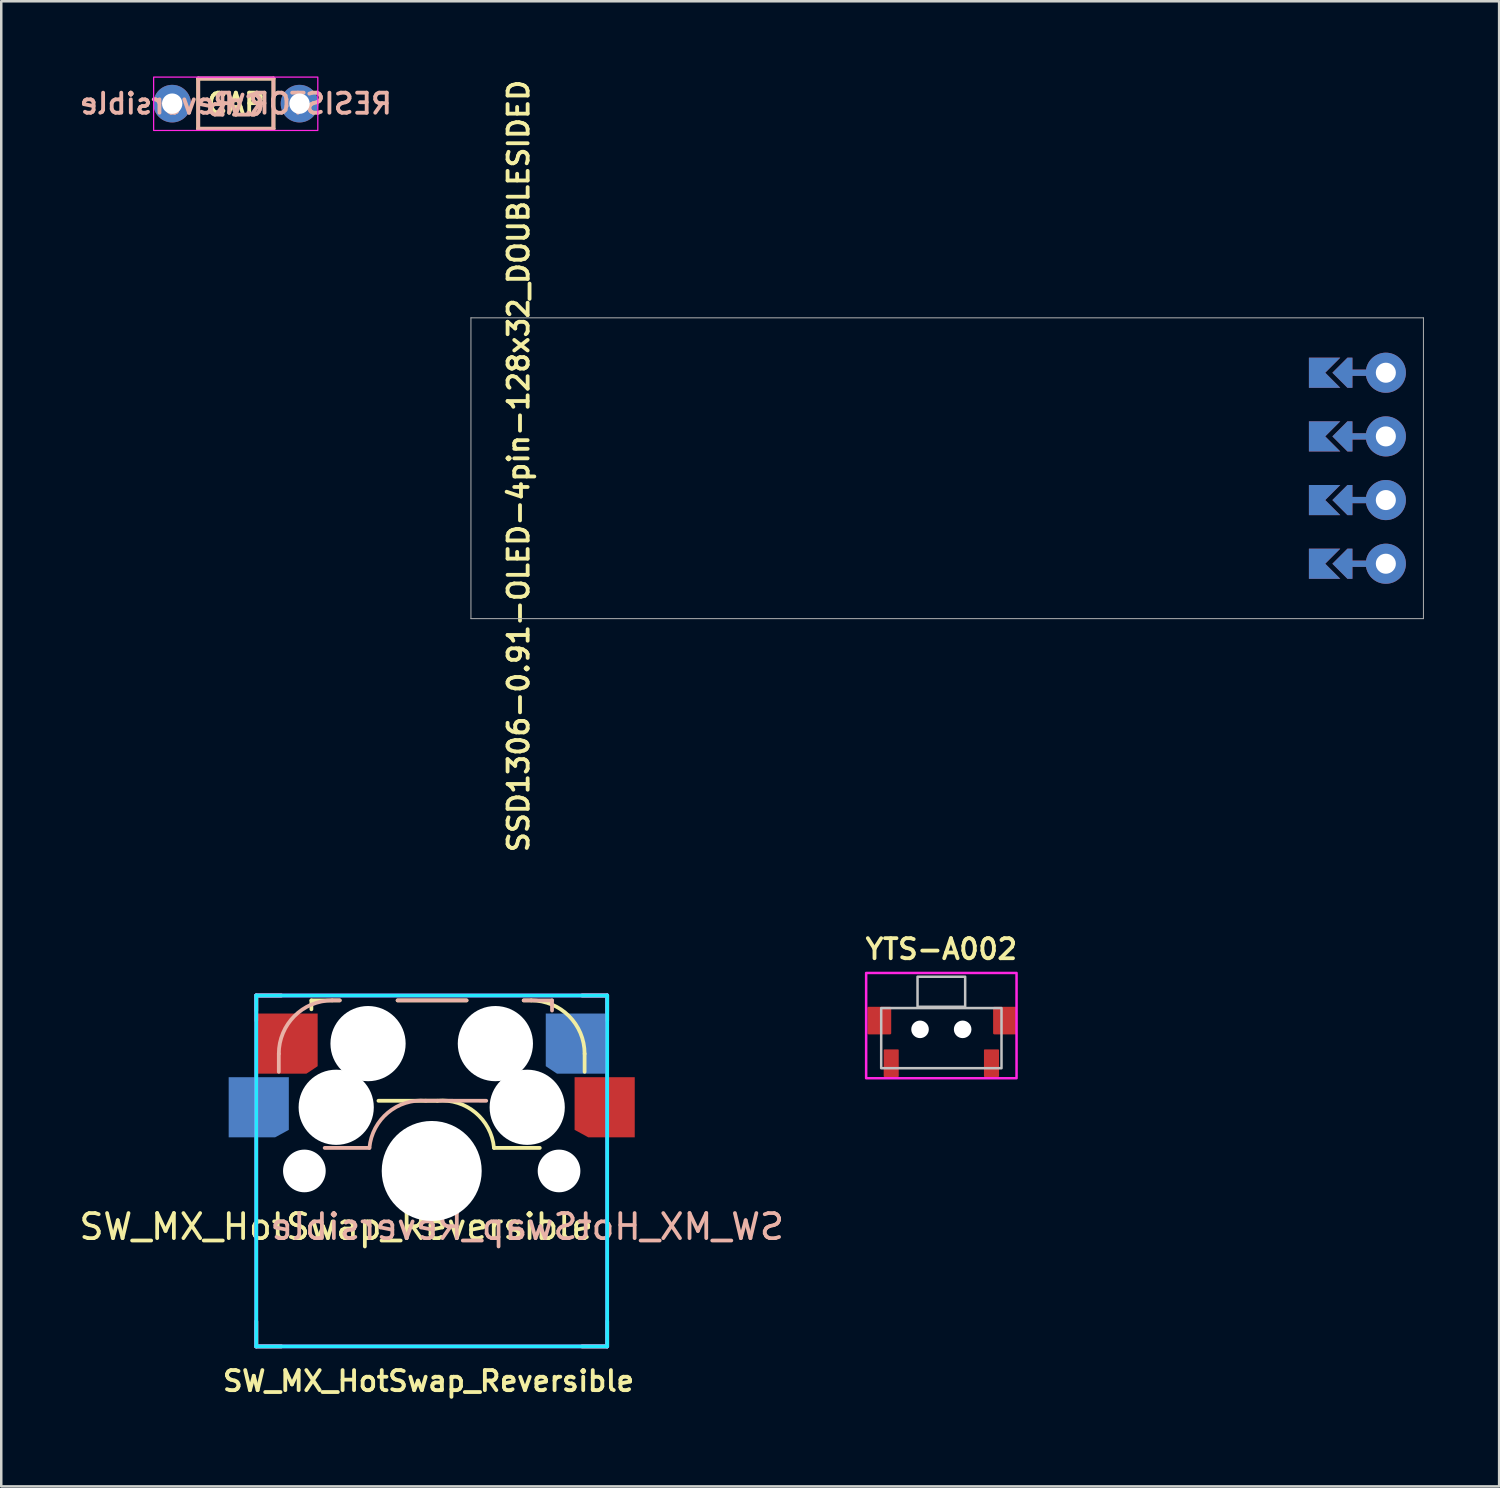
<source format=kicad_pcb>
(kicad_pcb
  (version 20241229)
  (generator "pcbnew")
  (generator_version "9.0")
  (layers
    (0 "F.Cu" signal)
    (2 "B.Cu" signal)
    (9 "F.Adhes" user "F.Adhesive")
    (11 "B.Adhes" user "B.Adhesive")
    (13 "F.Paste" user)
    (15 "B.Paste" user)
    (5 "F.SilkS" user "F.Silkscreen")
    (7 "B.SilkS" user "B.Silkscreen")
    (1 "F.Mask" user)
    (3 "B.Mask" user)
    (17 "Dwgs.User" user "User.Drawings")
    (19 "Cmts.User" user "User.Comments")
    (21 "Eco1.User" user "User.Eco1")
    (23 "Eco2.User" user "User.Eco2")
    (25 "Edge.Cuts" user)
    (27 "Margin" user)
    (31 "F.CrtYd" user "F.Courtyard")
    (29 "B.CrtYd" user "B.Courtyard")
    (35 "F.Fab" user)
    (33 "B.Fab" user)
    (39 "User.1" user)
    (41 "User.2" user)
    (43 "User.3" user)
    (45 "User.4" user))
  (footprint "SW_MX_HotSwap_Reversible"
    (layer "F.Cu")
    (at 14.173 43.665)
    (property "Reference" "SW_MX_HotSwap_Reversible" (at -0.127 8.382 0) (unlocked yes) (layer "F.SilkS") (effects (font (size 0.8 0.8) (thickness 0.153))))
    (attr smd)
    (fp_line (start -7 -7) (end -6 -7) (stroke (width 0.15) (type solid)) (layer "F.SilkS"))
    (fp_line (start -7 -6.4) (end -7 -7) (stroke (width 0.15) (type solid)) (layer "F.SilkS"))
    (fp_line (start -7 7) (end -7 6) (stroke (width 0.15) (type solid)) (layer "F.SilkS"))
    (fp_line (start -6 7) (end -7 7) (stroke (width 0.15) (type solid)) (layer "F.SilkS"))
    (fp_line (start -4.8 -6.45) (end -4.8 -6.804) (stroke (width 0.15) (type solid)) (layer "F.SilkS"))
    (fp_line (start -3.67 -6.804) (end -4.8 -6.804) (stroke (width 0.15) (type solid)) (layer "F.SilkS"))
    (fp_line (start -2.125 -2.8) (end 0.225 -2.8) (stroke (width 0.15) (type solid)) (layer "F.SilkS"))
    (fp_line (start -1.36 -6.804) (end 1.39 -6.804) (stroke (width 0.15) (type solid)) (layer "F.SilkS"))
    (fp_line (start 3.97 -6.804) (end 3.67 -6.804) (stroke (width 0.15) (type solid)) (layer "F.SilkS"))
    (fp_line (start 4.312 -0.92) (end 2.487 -0.92) (stroke (width 0.15) (type solid)) (layer "F.SilkS"))
    (fp_line (start 6 -7) (end 7 -7) (stroke (width 0.15) (type solid)) (layer "F.SilkS"))
    (fp_line (start 6.1 -4.674) (end 6.1 -3.954) (stroke (width 0.15) (type solid)) (layer "F.SilkS"))
    (fp_line (start 7 -7) (end 7 -6) (stroke (width 0.15) (type solid)) (layer "F.SilkS"))
    (fp_line (start 7 6) (end 7 7) (stroke (width 0.15) (type solid)) (layer "F.SilkS"))
    (fp_line (start 7 7) (end 6 7) (stroke (width 0.15) (type solid)) (layer "F.SilkS"))
    (fp_arc (start 0.225 -2.8) (mid 1.74436 -2.328062) (end 2.485001 -0.920001) (stroke (width 0.15) (type solid)) (layer "F.SilkS"))
    (fp_arc (start 3.97 -6.804) (mid 5.476137 -6.180137) (end 6.1 -4.674) (stroke (width 0.15) (type solid)) (layer "F.SilkS"))
    (fp_line (start -7 -7) (end -6 -7) (stroke (width 0.15) (type solid)) (layer "B.SilkS"))
    (fp_line (start -7 -6) (end -7 -7) (stroke (width 0.15) (type solid)) (layer "B.SilkS"))
    (fp_line (start -7 7) (end -7 6) (stroke (width 0.15) (type solid)) (layer "B.SilkS"))
    (fp_line (start -6.1 -4.674) (end -6.1 -3.954) (stroke (width 0.15) (type solid)) (layer "B.SilkS"))
    (fp_line (start -6 7) (end -7 7) (stroke (width 0.15) (type solid)) (layer "B.SilkS"))
    (fp_line (start -4.27 -0.92) (end -2.485 -0.92) (stroke (width 0.15) (type solid)) (layer "B.SilkS"))
    (fp_line (start -3.97 -6.804) (end -3.67 -6.804) (stroke (width 0.15) (type solid)) (layer "B.SilkS"))
    (fp_line (start 1.39 -6.804) (end -1.36 -6.804) (stroke (width 0.15) (type solid)) (layer "B.SilkS"))
    (fp_line (start 2.175 -2.8) (end -0.25 -2.804) (stroke (width 0.15) (type solid)) (layer "B.SilkS"))
    (fp_line (start 3.67 -6.804) (end 4.8 -6.804) (stroke (width 0.15) (type solid)) (layer "B.SilkS"))
    (fp_line (start 4.8 -6.4) (end 4.8 -6.804) (stroke (width 0.15) (type solid)) (layer "B.SilkS"))
    (fp_line (start 6 -7) (end 7 -7) (stroke (width 0.15) (type solid)) (layer "B.SilkS"))
    (fp_line (start 7 -7) (end 7 -6.375) (stroke (width 0.15) (type solid)) (layer "B.SilkS"))
    (fp_line (start 7 6) (end 7 7) (stroke (width 0.15) (type solid)) (layer "B.SilkS"))
    (fp_line (start 7 7) (end 6 7) (stroke (width 0.15) (type solid)) (layer "B.SilkS"))
    (fp_arc (start -6.1 -4.674) (mid -5.476137 -6.180137) (end -3.97 -6.804) (stroke (width 0.15) (type solid)) (layer "B.SilkS"))
    (fp_arc (start -2.484999 -0.920001) (mid -1.74436 -2.328062) (end -0.225 -2.8) (stroke (width 0.15) (type solid)) (layer "B.SilkS"))
    (fp_line (start -9.525 -9.525) (end 9.525 -9.525) (stroke (width 0.12) (type solid)) (layer "Eco1.User"))
    (fp_line (start -9.525 9.525) (end -9.525 -9.525) (stroke (width 0.12) (type solid)) (layer "Eco1.User"))
    (fp_line (start -7 7) (end -7 -7) (stroke (width 0.1) (type solid)) (layer "Eco1.User"))
    (fp_line (start -1.75 6.83) (end -1.75 3.33) (stroke (width 0.12) (type solid)) (layer "Eco1.User"))
    (fp_line (start -0.8 4.25) (end 0.8 4.25) (stroke (width 0.12) (type solid)) (layer "Eco1.User"))
    (fp_line (start -0.8 5.85) (end -0.8 4.25) (stroke (width 0.12) (type solid)) (layer "Eco1.User"))
    (fp_line (start 0.8 4.25) (end 0.8 5.85) (stroke (width 0.12) (type solid)) (layer "Eco1.User"))
    (fp_line (start 0.8 5.85) (end -0.8 5.85) (stroke (width 0.12) (type solid)) (layer "Eco1.User"))
    (fp_line (start 1.75 3.33) (end -1.75 3.33) (stroke (width 0.12) (type solid)) (layer "Eco1.User"))
    (fp_line (start 1.75 3.33) (end 1.75 6.83) (stroke (width 0.12) (type solid)) (layer "Eco1.User"))
    (fp_line (start 1.75 6.83) (end -1.75 6.83) (stroke (width 0.12) (type solid)) (layer "Eco1.User"))
    (fp_line (start 7 -7) (end -7 -7) (stroke (width 0.1) (type solid)) (layer "Eco1.User"))
    (fp_line (start 7 7) (end -7 7) (stroke (width 0.1) (type solid)) (layer "Eco1.User"))
    (fp_line (start 7 7) (end 7 -7) (stroke (width 0.1) (type solid)) (layer "Eco1.User"))
    (fp_line (start 9.525 -9.525) (end 9.525 9.525) (stroke (width 0.12) (type solid)) (layer "Eco1.User"))
    (fp_line (start 9.525 9.525) (end -9.525 9.525) (stroke (width 0.12) (type solid)) (layer "Eco1.User"))
    (fp_line (start -7 -7) (end 7 -7) (stroke (width 0.15) (type solid)) (layer "B.CrtYd"))
    (fp_line (start -7 7) (end -7 -7) (stroke (width 0.15) (type solid)) (layer "B.CrtYd"))
    (fp_line (start 7 -7) (end 7 7) (stroke (width 0.15) (type solid)) (layer "B.CrtYd"))
    (fp_line (start 7 7) (end -7 7) (stroke (width 0.15) (type solid)) (layer "B.CrtYd"))
    (fp_line (start -7 -7) (end 7 -7) (stroke (width 0.15) (type solid)) (layer "F.CrtYd"))
    (fp_line (start -7 7) (end -7 -7) (stroke (width 0.15) (type solid)) (layer "F.CrtYd"))
    (fp_line (start 7 -7) (end 7 7) (stroke (width 0.15) (type solid)) (layer "F.CrtYd"))
    (fp_line (start 7 7) (end -7 7) (stroke (width 0.15) (type solid)) (layer "F.CrtYd"))
    (fp_text user "${REFERENCE}" (at -3.81 2.225 0) (layer "F.SilkS") (effects (font (size 1 1) (thickness 0.15))))
    (fp_text user "${REFERENCE}" (at 3.81 2.225 0) (layer "B.SilkS") (effects (font (size 1 1) (thickness 0.15)) (justify mirror)))
    (pad "" np_thru_hole circle (at -5.08 0 180) (size 1.702 1.702) (drill 1.702) (layers "*.Cu"))
    (pad "" np_thru_hole circle (at -3.81 -2.54 153.5) (size 3 3) (drill 3) (layers "*.Cu"))
    (pad "" np_thru_hole circle (at -2.54 -5.08 206.5) (size 3 3) (drill 3) (layers "*.Cu"))
    (pad "" np_thru_hole circle (at 0 0 180) (size 3.988 3.988) (drill 3.988) (layers "*.Cu"))
    (pad "" np_thru_hole circle (at 2.54 -5.08 206.5) (size 3 3) (drill 3) (layers "*.Cu"))
    (pad "" np_thru_hole circle (at 3.81 -2.54 206.5) (size 3 3) (drill 3) (layers "*.Cu"))
    (pad "" np_thru_hole circle (at 5.08 0 180) (size 1.702 1.702) (drill 1.702) (layers "*.Cu"))
    (pad "1" smd custom (at -6.9 -2.54 180) (size 2 2) (layers "B.Cu" "B.Mask" "B.Paste") (options (anchor rect)) (primitives (gr_poly (pts (xy 1.2 1.2) (xy -1.2 1.2) (xy -1.2 -0.9) (xy -0.65 -1.2) (xy 1.2 -1.2)) (width 0) (fill yes))))
    (pad "1" smd custom (at -5.75 -5.08 180) (size 2 2) (layers "F.Cu" "F.Mask" "F.Paste") (options (anchor rect)) (primitives (gr_poly (pts (xy 1.2 1.2) (xy -1.2 1.2) (xy -1.2 -0.9) (xy -0.75 -1.2) (xy 1.2 -1.2)) (width 0) (fill yes))))
    (pad "2" smd custom (at 5.75 -5.08 180) (size 2 2) (layers "B.Cu" "B.Mask" "B.Paste") (options (anchor rect)) (primitives (gr_poly (pts (xy 1.2 1.2) (xy 1.2 -0.9) (xy 0.75 -1.2) (xy -1.2 -1.2) (xy -1.2 1.2)) (width 0) (fill yes))))
    (pad "2" smd custom (at 6.9 -2.54 180) (size 2 2) (layers "F.Cu" "F.Mask" "F.Paste") (options (anchor rect)) (primitives (gr_poly (pts (xy 1.2 1.2) (xy 1.2 -0.9) (xy 0.65 -1.2) (xy -1.2 -1.2) (xy -1.2 1.2)) (width 0) (fill yes)))))
  (footprint "RESISTOR_Reversible"
    (layer "F.Cu")
    (at 6.359 1.085)
    (property "Reference" "RESISTOR_Reversible" (at 0 0 0) (unlocked yes) (layer "B.SilkS") (effects (font (size 0.8 0.8) (thickness 0.153)) (justify mirror)))
    (attr through_hole dnp)
    (fp_line (start -1.501 -1.001) (end -1.501 1.001) (stroke (width 0.15) (type solid)) (layer "F.SilkS"))
    (fp_line (start -1.501 1.001) (end 1.501 1.001) (stroke (width 0.15) (type solid)) (layer "F.SilkS"))
    (fp_line (start 1.501 -1.001) (end -1.501 -1.001) (stroke (width 0.15) (type solid)) (layer "F.SilkS"))
    (fp_line (start 1.501 1.001) (end 1.501 -1.001) (stroke (width 0.15) (type solid)) (layer "F.SilkS"))
    (fp_line (start -1.5 -1) (end 1.5 -1) (stroke (width 0.15) (type solid)) (layer "B.SilkS"))
    (fp_line (start -1.5 1) (end -1.5 -1) (stroke (width 0.15) (type solid)) (layer "B.SilkS"))
    (fp_line (start 1.5 -1) (end 1.5 1) (stroke (width 0.15) (type solid)) (layer "B.SilkS"))
    (fp_line (start 1.5 1) (end -1.5 1) (stroke (width 0.15) (type solid)) (layer "B.SilkS"))
    (fp_poly (pts (xy 3.27 1.07) (xy -3.28 1.07) (xy -3.28 -1.06) (xy 3.27 -1.06)) (stroke (width 0.05) (type default)) (fill no) (layer "F.CrtYd"))
    (fp_text user "CAP" (at 0 0 180) (layer "F.SilkS") (effects (font (size 0.8 0.8) (thickness 0.153))))
    (fp_text user "CAP" (at 0 0 180) (unlocked yes) (layer "B.SilkS") (effects (font (size 0.8 0.8) (thickness 0.153))))
    (pad "1" thru_hole circle (at -2.54 0) (size 1.5 1.5) (drill 0.813) (layers "*.Cu" "*.Mask"))
    (pad "2" thru_hole circle (at 2.54 0) (size 1.5 1.5) (drill 0.813) (layers "*.Cu" "*.Mask")))
  (footprint "YTS-A002"
    (layer "F.Cu")
    (at 34.505 38.016)
    (property "Reference" "YTS-A002" (at 0 -3.2 0) (unlocked yes) (layer "F.SilkS") (effects (font (size 0.8 0.8) (thickness 0.153))))
    (attr smd)
    (fp_rect (start -2.4 -0.85) (end 2.4 1.55) (stroke (width 0.1) (type solid)) (fill no) (layer "Dwgs.User"))
    (fp_rect (start -0.95 -2.1) (end 0.95 -0.9) (stroke (width 0.1) (type solid)) (fill no) (layer "Dwgs.User"))
    (fp_rect (start -3 -2.25) (end 3 1.95) (stroke (width 0.1) (type solid)) (fill no) (layer "F.CrtYd"))
    (pad "" np_thru_hole circle (at -0.85 0) (size 0.7 0.7) (drill 0.7) (layers "*.Cu" "*.Mask"))
    (pad "" np_thru_hole circle (at 0.85 0) (size 0.7 0.7) (drill 0.7) (layers "*.Cu" "*.Mask"))
    (pad "1" smd roundrect (at -2 1.35) (size 0.6 1.1) (layers "F.Cu" "F.Mask" "F.Paste") (roundrect_rratio 0.05))
    (pad "2" smd roundrect (at 2 1.35) (size 0.6 1.1) (layers "F.Cu" "F.Mask" "F.Paste") (roundrect_rratio 0.05))
    (pad "3" smd roundrect (at -2.475 -0.35) (size 0.95 1.1) (layers "F.Cu" "F.Mask" "F.Paste") (roundrect_rratio 0.05))
    (pad "3" smd roundrect (at 2.54 -0.35) (size 0.95 1.1) (layers "F.Cu" "F.Mask" "F.Paste") (roundrect_rratio 0.05)))
  (footprint "SSD1306-0.91-OLED-4pin-128x32_DOUBLESIDED"
    (layer "F.Cu")
    (at 33.738 15.63)
    (property "Reference" "SSD1306-0.91-OLED-4pin-128x32_DOUBLESIDED" (at -16.1 -0.09 90) (unlocked yes) (layer "F.SilkS") (effects (font (size 0.8 0.8) (thickness 0.153))))
    (attr dnp)
    (fp_line (start -16 -6) (end -16 6) (stroke (width 0.1) (type solid)) (layer "Eco1.User"))
    (fp_line (start -13 -6) (end -13 6) (stroke (width 0.1) (type solid)) (layer "Eco1.User"))
    (fp_line (start 14 -6) (end -16 -6) (stroke (width 0.1) (type solid)) (layer "Eco1.User"))
    (fp_line (start 14 -6) (end 14 6) (stroke (width 0.1) (type solid)) (layer "Eco1.User"))
    (fp_line (start 14 6) (end -16 6) (stroke (width 0.1) (type solid)) (layer "Eco1.User"))
    (fp_line (start -13 -6) (end 14 -6) (stroke (width 0.1) (type solid)) (layer "Eco2.User"))
    (fp_line (start 14 -6) (end 14 6) (stroke (width 0.1) (type solid)) (layer "Eco2.User"))
    (fp_line (start 14 6) (end -13 6) (stroke (width 0.1) (type solid)) (layer "Eco2.User"))
    (fp_line (start -18 -6) (end -18 6) (stroke (width 0.04) (type solid)) (layer "F.Fab"))
    (fp_line (start -18 6) (end 20 6) (stroke (width 0.04) (type solid)) (layer "F.Fab"))
    (fp_line (start 20 -6) (end -18 -6) (stroke (width 0.04) (type solid)) (layer "F.Fab"))
    (fp_line (start 20 6) (end 20 -6) (stroke (width 0.04) (type solid)) (layer "F.Fab"))
    (pad "1" smd custom (at 15.681 -3.81 270) (size 1.2 0.5) (layers "B.Cu" "B.Mask") (options (anchor rect)) (primitives (gr_poly (pts (xy 0.6 0) (xy -0.6 0) (xy -0.6 -1) (xy 0 -0.4) (xy 0.6 -1)) (width 0) (fill yes))))
    (pad "1" smd custom (at 15.681 3.81 270) (size 1.2 0.5) (layers "F.Cu" "F.Mask") (options (anchor rect)) (primitives (gr_poly (pts (xy -0.6 0) (xy 0.6 0) (xy 0.6 -1) (xy 0 -0.4) (xy -0.6 -1)) (width 0) (fill yes))))
    (pad "2" smd custom (at 15.681 -1.27 270) (size 1.2 0.5) (layers "B.Cu" "B.Mask") (options (anchor rect)) (primitives (gr_poly (pts (xy 0.6 0) (xy -0.6 0) (xy -0.6 -1) (xy 0 -0.4) (xy 0.6 -1)) (width 0) (fill yes))))
    (pad "2" smd custom (at 15.681 1.27 270) (size 1.2 0.5) (layers "F.Cu" "F.Mask") (options (anchor rect)) (primitives (gr_poly (pts (xy -0.6 0) (xy 0.6 0) (xy 0.6 -1) (xy 0 -0.4) (xy -0.6 -1)) (width 0) (fill yes))))
    (pad "3" smd custom (at 15.681 -1.27 270) (size 1.2 0.5) (layers "F.Cu" "F.Mask") (options (anchor rect)) (primitives (gr_poly (pts (xy -0.6 0) (xy 0.6 0) (xy 0.6 -1) (xy 0 -0.4) (xy -0.6 -1)) (width 0) (fill yes))))
    (pad "3" smd custom (at 15.681 1.27 270) (size 1.2 0.5) (layers "B.Cu" "B.Mask") (options (anchor rect)) (primitives (gr_poly (pts (xy 0.6 0) (xy -0.6 0) (xy -0.6 -1) (xy 0 -0.4) (xy 0.6 -1)) (width 0) (fill yes))))
    (pad "4" smd custom (at 15.681 -3.81 270) (size 1.2 0.5) (layers "F.Cu" "F.Mask") (options (anchor rect)) (primitives (gr_poly (pts (xy -0.6 0) (xy 0.6 0) (xy 0.6 -1) (xy 0 -0.4) (xy -0.6 -1)) (width 0) (fill yes))))
    (pad "4" smd custom (at 15.681 3.81 270) (size 1.2 0.5) (layers "B.Cu" "B.Mask") (options (anchor rect)) (primitives (gr_poly (pts (xy 0.6 0) (xy -0.6 0) (xy -0.6 -1) (xy 0 -0.4) (xy 0.6 -1)) (width 0) (fill yes))))
    (pad "A" smd custom (at 16.767 3.81 270) (size 0.1 0.1) (layers "F.Cu" "F.Mask") (options (anchor rect)) (primitives (gr_poly (pts (xy -0.6 -0.2) (xy 0 0.4) (xy 0.6 -0.2) (xy 0.6 -0.4) (xy -0.6 -0.4)) (width 0) (fill yes))))
    (pad "A" smd custom (at 16.767 3.81 270) (size 0.1 0.1) (layers "B.Cu" "B.Mask") (options (anchor rect)) (primitives (gr_poly (pts (xy 0.6 -0.2) (xy 0 0.4) (xy -0.6 -0.2) (xy -0.6 -0.4) (xy 0.6 -0.4)) (width 0) (fill yes))))
    (pad "A" smd custom (at 17.275 3.81 270) (size 0.25 1) (layers "F.Cu") (options (anchor rect)) (primitives))
    (pad "A" smd custom (at 17.275 3.81 270) (size 0.25 1) (layers "B.Cu") (options (anchor rect)) (primitives))
    (pad "A" thru_hole circle (at 18.5 3.81) (size 1.6 1.6) (drill 0.8) (layers "*.Cu" "*.Mask"))
    (pad "B" smd custom (at 16.767 1.27 270) (size 0.1 0.1) (layers "F.Cu" "F.Mask") (options (anchor rect)) (primitives (gr_poly (pts (xy -0.6 -0.2) (xy 0 0.4) (xy 0.6 -0.2) (xy 0.6 -0.4) (xy -0.6 -0.4)) (width 0) (fill yes))))
    (pad "B" smd custom (at 16.767 1.27 270) (size 0.1 0.1) (layers "B.Cu" "B.Mask") (options (anchor rect)) (primitives (gr_poly (pts (xy 0.6 -0.2) (xy 0 0.4) (xy -0.6 -0.2) (xy -0.6 -0.4) (xy 0.6 -0.4)) (width 0) (fill yes))))
    (pad "B" smd custom (at 17.275 1.27 270) (size 0.25 1) (layers "F.Cu") (options (anchor rect)) (primitives))
    (pad "B" smd custom (at 17.275 1.27 270) (size 0.25 1) (layers "B.Cu") (options (anchor rect)) (primitives))
    (pad "B" thru_hole circle (at 18.5 1.27) (size 1.6 1.6) (drill 0.8) (layers "*.Cu" "*.Mask"))
    (pad "C" smd custom (at 16.767 -1.27 270) (size 0.1 0.1) (layers "F.Cu" "F.Mask") (options (anchor rect)) (primitives (gr_poly (pts (xy -0.6 -0.2) (xy 0 0.4) (xy 0.6 -0.2) (xy 0.6 -0.4) (xy -0.6 -0.4)) (width 0) (fill yes))))
    (pad "C" smd custom (at 16.767 -1.27 270) (size 0.1 0.1) (layers "B.Cu" "B.Mask") (options (anchor rect)) (primitives (gr_poly (pts (xy 0.6 -0.2) (xy 0 0.4) (xy -0.6 -0.2) (xy -0.6 -0.4) (xy 0.6 -0.4)) (width 0) (fill yes))))
    (pad "C" smd custom (at 17.275 -1.27 270) (size 0.25 1) (layers "F.Cu") (options (anchor rect)) (primitives))
    (pad "C" smd custom (at 17.275 -1.27 270) (size 0.25 1) (layers "B.Cu") (options (anchor rect)) (primitives))
    (pad "C" thru_hole circle (at 18.5 -1.27) (size 1.6 1.6) (drill 0.8) (layers "*.Cu" "*.Mask"))
    (pad "D" smd custom (at 16.767 -3.81 270) (size 0.1 0.1) (layers "F.Cu" "F.Mask") (options (anchor rect)) (primitives (gr_poly (pts (xy -0.6 -0.2) (xy 0 0.4) (xy 0.6 -0.2) (xy 0.6 -0.4) (xy -0.6 -0.4)) (width 0) (fill yes))))
    (pad "D" smd custom (at 16.767 -3.81 270) (size 0.1 0.1) (layers "B.Cu" "B.Mask") (options (anchor rect)) (primitives (gr_poly (pts (xy 0.6 -0.2) (xy 0 0.4) (xy -0.6 -0.2) (xy -0.6 -0.4) (xy 0.6 -0.4)) (width 0) (fill yes))))
    (pad "D" smd custom (at 17.275 -3.81 270) (size 0.25 1) (layers "F.Cu") (options (anchor rect)) (primitives))
    (pad "D" smd custom (at 17.275 -3.81 270) (size 0.25 1) (layers "B.Cu") (options (anchor rect)) (primitives))
    (pad "D" thru_hole circle (at 18.5 -3.81) (size 1.6 1.6) (drill 0.8) (layers "*.Cu" "*.Mask")))
  (gr_rect
    (start -3 -3)
    (end 56.758 56.25)
    (stroke (width 0.1) (type default))
    (fill no)
    (layer "Edge.Cuts")))
</source>
